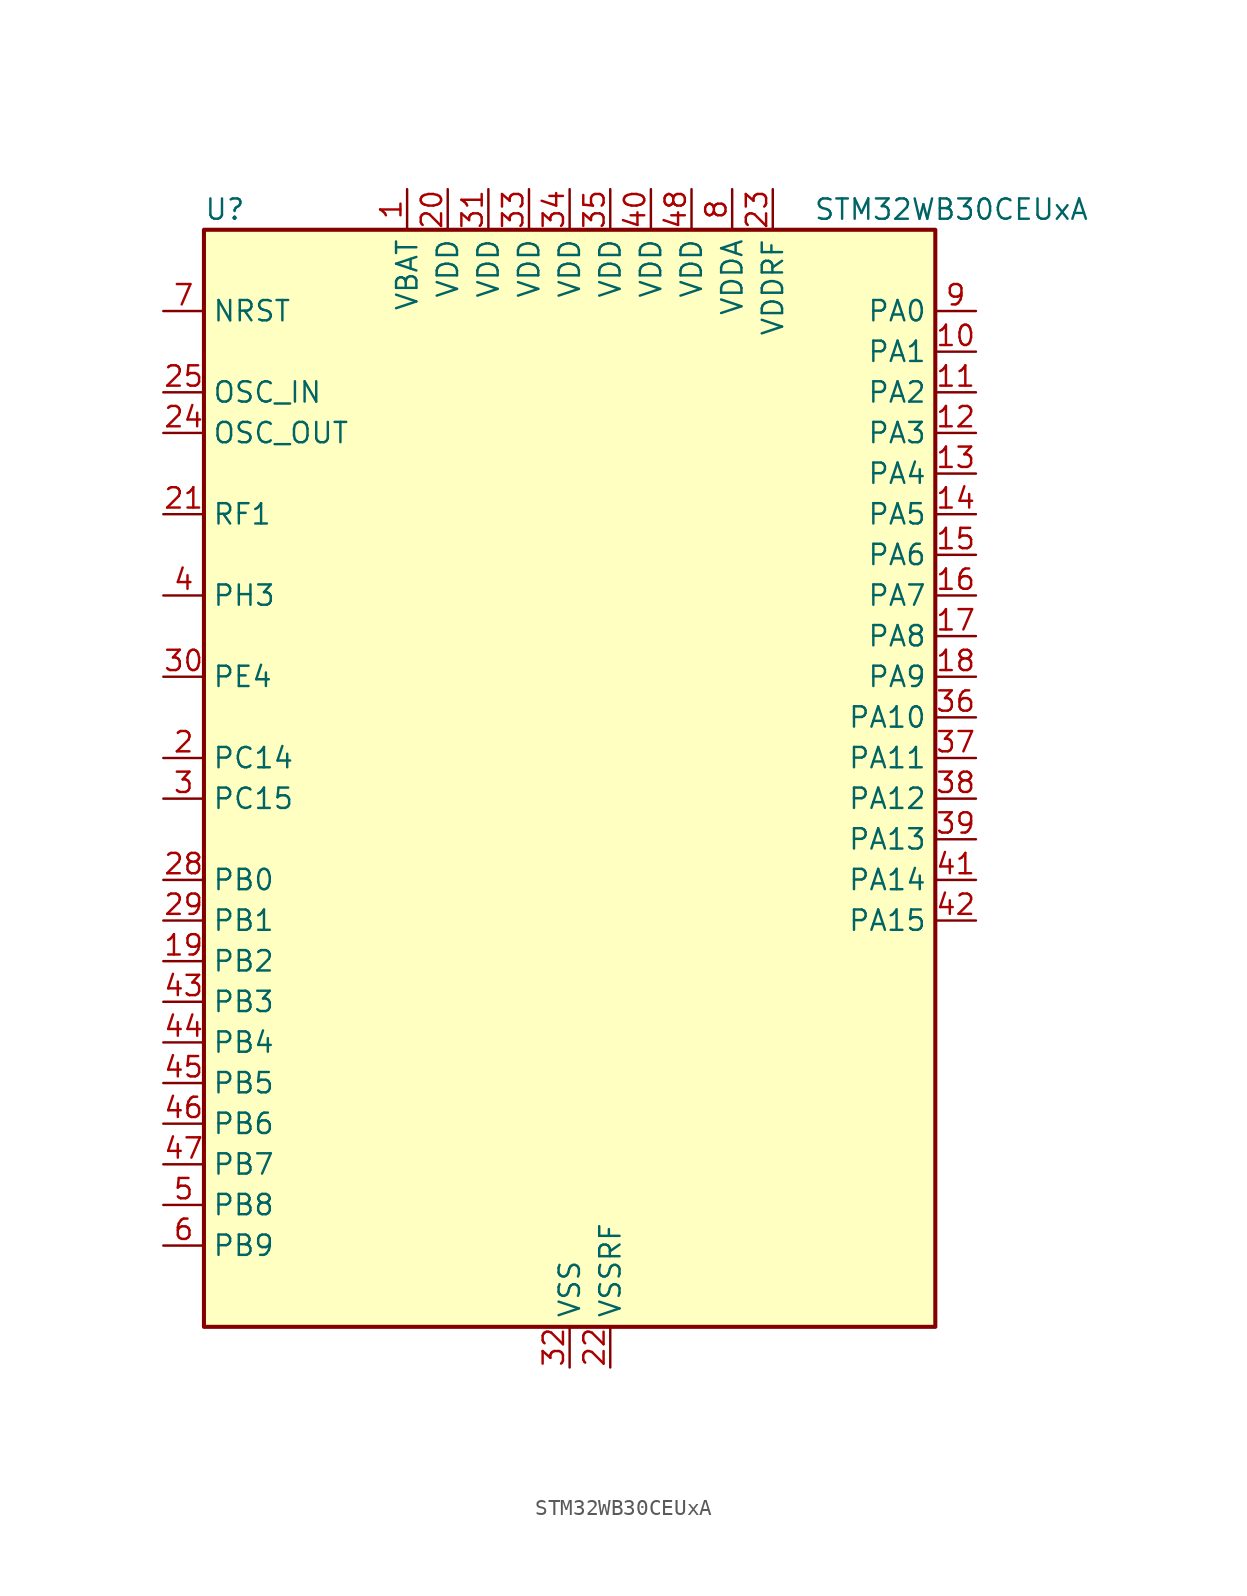
<source format=kicad_sym>
(kicad_symbol_lib
  (version 20241209)
  (generator "kicad_symbol_editor")
  (generator_version "9.0")
  (symbol "STM32WB30CEUxA"
    (property "Reference" "U"
      (at -22.86 36.83 0)
      (effects (font (size 1.27 1.27)) (justify left)))
    (property "Value" "STM32WB30CEUxA"
      (at 15.24 36.83 0)
      (effects (font (size 1.27 1.27)) (justify left)))
    (symbol "STM32WB30CEUxA_0_1"
      (rectangle (start -22.86 -33.02) (end 22.86 35.56) (stroke (width 0.254) (type default)) (fill (type background))))
    (symbol "STM32WB30CEUxA_1_1"
      (pin input line (at -25.4 30.48 0) (length 2.54) (name "NRST" (effects (font (size 1.27 1.27)))) (number "7" (effects (font (size 1.27 1.27)))))
      (pin input line (at -25.4 25.4 0) (length 2.54) (name "OSC_IN" (effects (font (size 1.27 1.27)))) (number "25" (effects (font (size 1.27 1.27)))) (alternate "RCC_OSC_IN" bidirectional line))
      (pin input line (at -25.4 22.86 0) (length 2.54) (name "OSC_OUT" (effects (font (size 1.27 1.27)))) (number "24" (effects (font (size 1.27 1.27)))) (alternate "RCC_OSC_OUT" bidirectional line))
      (pin bidirectional line (at -25.4 17.78 0) (length 2.54) (name "RF1" (effects (font (size 1.27 1.27)))) (number "21" (effects (font (size 1.27 1.27)))) (alternate "RF_RF1" bidirectional line))
      (pin bidirectional line (at -25.4 12.7 0) (length 2.54) (name "PH3" (effects (font (size 1.27 1.27)))) (number "4" (effects (font (size 1.27 1.27)))) (alternate "RCC_LSCO" bidirectional line))
      (pin bidirectional line (at -25.4 7.62 0) (length 2.54) (name "PE4" (effects (font (size 1.27 1.27)))) (number "30" (effects (font (size 1.27 1.27)))))
      (pin bidirectional line (at -25.4 2.54 0) (length 2.54) (name "PC14" (effects (font (size 1.27 1.27)))) (number "2" (effects (font (size 1.27 1.27)))) (alternate "RCC_OSC32_IN" bidirectional line))
      (pin bidirectional line (at -25.4 0 0) (length 2.54) (name "PC15" (effects (font (size 1.27 1.27)))) (number "3" (effects (font (size 1.27 1.27)))) (alternate "ADC1_EXTI15" bidirectional line) (alternate "RCC_OSC32_OUT" bidirectional line))
      (pin bidirectional line (at -25.4 -5.08 0) (length 2.54) (name "PB0" (effects (font (size 1.27 1.27)))) (number "28" (effects (font (size 1.27 1.27)))) (alternate "RF_TX_MOD_EXT_PA" bidirectional line))
      (pin bidirectional line (at -25.4 -7.62 0) (length 2.54) (name "PB1" (effects (font (size 1.27 1.27)))) (number "29" (effects (font (size 1.27 1.27)))) (alternate "LPTIM2_IN1" bidirectional line))
      (pin bidirectional line (at -25.4 -10.16 0) (length 2.54) (name "PB2" (effects (font (size 1.27 1.27)))) (number "19" (effects (font (size 1.27 1.27)))) (alternate "LPTIM1_OUT" bidirectional line) (alternate "RTC_OUT2" bidirectional line) (alternate "SPI1_NSS" bidirectional line))
      (pin bidirectional line (at -25.4 -12.7 0) (length 2.54) (name "PB3" (effects (font (size 1.27 1.27)))) (number "43" (effects (font (size 1.27 1.27)))) (alternate "SPI1_SCK" bidirectional line) (alternate "SYS_JTDO-SWO" bidirectional line) (alternate "TIM2_CH2" bidirectional line) (alternate "USART1_DE" bidirectional line) (alternate "USART1_RTS" bidirectional line))
      (pin bidirectional line (at -25.4 -15.24 0) (length 2.54) (name "PB4" (effects (font (size 1.27 1.27)))) (number "44" (effects (font (size 1.27 1.27)))) (alternate "SPI1_MISO" bidirectional line) (alternate "SYS_JTRST" bidirectional line) (alternate "TIM17_BKIN" bidirectional line) (alternate "USART1_CTS" bidirectional line) (alternate "USART1_NSS" bidirectional line))
      (pin bidirectional line (at -25.4 -17.78 0) (length 2.54) (name "PB5" (effects (font (size 1.27 1.27)))) (number "45" (effects (font (size 1.27 1.27)))) (alternate "I2C1_SMBA" bidirectional line) (alternate "LPTIM1_IN1" bidirectional line) (alternate "SPI1_MOSI" bidirectional line) (alternate "TIM16_BKIN" bidirectional line) (alternate "USART1_CK" bidirectional line))
      (pin bidirectional line (at -25.4 -20.32 0) (length 2.54) (name "PB6" (effects (font (size 1.27 1.27)))) (number "46" (effects (font (size 1.27 1.27)))) (alternate "I2C1_SCL" bidirectional line) (alternate "LPTIM1_ETR" bidirectional line) (alternate "RCC_MCO" bidirectional line) (alternate "TIM16_CH1N" bidirectional line) (alternate "USART1_TX" bidirectional line))
      (pin bidirectional line (at -25.4 -22.86 0) (length 2.54) (name "PB7" (effects (font (size 1.27 1.27)))) (number "47" (effects (font (size 1.27 1.27)))) (alternate "I2C1_SDA" bidirectional line) (alternate "LPTIM1_IN2" bidirectional line) (alternate "SYS_PVD_IN" bidirectional line) (alternate "TIM17_CH1N" bidirectional line) (alternate "TIM1_BKIN" bidirectional line) (alternate "USART1_RX" bidirectional line))
      (pin bidirectional line (at -25.4 -25.4 0) (length 2.54) (name "PB8" (effects (font (size 1.27 1.27)))) (number "5" (effects (font (size 1.27 1.27)))) (alternate "I2C1_SCL" bidirectional line) (alternate "TIM16_CH1" bidirectional line) (alternate "TIM1_CH2N" bidirectional line))
      (pin bidirectional line (at -25.4 -27.94 0) (length 2.54) (name "PB9" (effects (font (size 1.27 1.27)))) (number "6" (effects (font (size 1.27 1.27)))) (alternate "I2C1_SDA" bidirectional line) (alternate "IR_OUT" bidirectional line) (alternate "TIM17_CH1" bidirectional line) (alternate "TIM1_CH3N" bidirectional line))
      (pin no_connect line (at -22.86 -30.48 0) (length 2.54) (hide yes) (name "AT1" (effects (font (size 1.27 1.27)))) (number "27" (effects (font (size 1.27 1.27)))))
      (pin no_connect line (at -22.86 -33.02 0) (length 2.54) (hide yes) (name "AT0" (effects (font (size 1.27 1.27)))) (number "26" (effects (font (size 1.27 1.27)))))
      (pin power_in line (at -10.16 38.1 270) (length 2.54) (name "VBAT" (effects (font (size 1.27 1.27)))) (number "1" (effects (font (size 1.27 1.27)))))
      (pin power_in line (at -7.62 38.1 270) (length 2.54) (name "VDD" (effects (font (size 1.27 1.27)))) (number "20" (effects (font (size 1.27 1.27)))))
      (pin power_in line (at -5.08 38.1 270) (length 2.54) (name "VDD" (effects (font (size 1.27 1.27)))) (number "31" (effects (font (size 1.27 1.27)))))
      (pin power_in line (at -2.54 38.1 270) (length 2.54) (name "VDD" (effects (font (size 1.27 1.27)))) (number "33" (effects (font (size 1.27 1.27)))))
      (pin power_in line (at 0 38.1 270) (length 2.54) (name "VDD" (effects (font (size 1.27 1.27)))) (number "34" (effects (font (size 1.27 1.27)))))
      (pin power_in line (at 0 -35.56 90) (length 2.54) (name "VSS" (effects (font (size 1.27 1.27)))) (number "32" (effects (font (size 1.27 1.27)))))
      (pin passive line (at 0 -35.56 90) (length 2.54) (hide yes) (name "VSS" (effects (font (size 1.27 1.27)))) (number "49" (effects (font (size 1.27 1.27)))))
      (pin power_in line (at 2.54 38.1 270) (length 2.54) (name "VDD" (effects (font (size 1.27 1.27)))) (number "35" (effects (font (size 1.27 1.27)))))
      (pin power_in line (at 2.54 -35.56 90) (length 2.54) (name "VSSRF" (effects (font (size 1.27 1.27)))) (number "22" (effects (font (size 1.27 1.27)))))
      (pin power_in line (at 5.08 38.1 270) (length 2.54) (name "VDD" (effects (font (size 1.27 1.27)))) (number "40" (effects (font (size 1.27 1.27)))))
      (pin power_in line (at 7.62 38.1 270) (length 2.54) (name "VDD" (effects (font (size 1.27 1.27)))) (number "48" (effects (font (size 1.27 1.27)))))
      (pin power_in line (at 10.16 38.1 270) (length 2.54) (name "VDDA" (effects (font (size 1.27 1.27)))) (number "8" (effects (font (size 1.27 1.27)))))
      (pin power_in line (at 12.7 38.1 270) (length 2.54) (name "VDDRF" (effects (font (size 1.27 1.27)))) (number "23" (effects (font (size 1.27 1.27)))))
      (pin bidirectional line (at 25.4 30.48 180) (length 2.54) (name "PA0" (effects (font (size 1.27 1.27)))) (number "9" (effects (font (size 1.27 1.27)))) (alternate "ADC1_IN5" bidirectional line) (alternate "RTC_TAMP2" bidirectional line) (alternate "SYS_WKUP1" bidirectional line) (alternate "TIM2_CH1" bidirectional line) (alternate "TIM2_ETR" bidirectional line))
      (pin bidirectional line (at 25.4 27.94 180) (length 2.54) (name "PA1" (effects (font (size 1.27 1.27)))) (number "10" (effects (font (size 1.27 1.27)))) (alternate "ADC1_IN6" bidirectional line) (alternate "I2C1_SMBA" bidirectional line) (alternate "SPI1_SCK" bidirectional line) (alternate "TIM2_CH2" bidirectional line))
      (pin bidirectional line (at 25.4 25.4 180) (length 2.54) (name "PA2" (effects (font (size 1.27 1.27)))) (number "11" (effects (font (size 1.27 1.27)))) (alternate "ADC1_IN7" bidirectional line) (alternate "RCC_LSCO" bidirectional line) (alternate "SYS_WKUP4" bidirectional line) (alternate "TIM2_CH3" bidirectional line))
      (pin bidirectional line (at 25.4 22.86 180) (length 2.54) (name "PA3" (effects (font (size 1.27 1.27)))) (number "12" (effects (font (size 1.27 1.27)))) (alternate "ADC1_IN8" bidirectional line) (alternate "TIM2_CH4" bidirectional line))
      (pin bidirectional line (at 25.4 20.32 180) (length 2.54) (name "PA4" (effects (font (size 1.27 1.27)))) (number "13" (effects (font (size 1.27 1.27)))) (alternate "ADC1_IN9" bidirectional line) (alternate "LPTIM2_OUT" bidirectional line) (alternate "SPI1_NSS" bidirectional line))
      (pin bidirectional line (at 25.4 17.78 180) (length 2.54) (name "PA5" (effects (font (size 1.27 1.27)))) (number "14" (effects (font (size 1.27 1.27)))) (alternate "ADC1_IN10" bidirectional line) (alternate "LPTIM2_ETR" bidirectional line) (alternate "SPI1_SCK" bidirectional line) (alternate "TIM2_CH1" bidirectional line) (alternate "TIM2_ETR" bidirectional line))
      (pin bidirectional line (at 25.4 15.24 180) (length 2.54) (name "PA6" (effects (font (size 1.27 1.27)))) (number "15" (effects (font (size 1.27 1.27)))) (alternate "ADC1_IN11" bidirectional line) (alternate "SPI1_MISO" bidirectional line) (alternate "TIM16_CH1" bidirectional line) (alternate "TIM1_BKIN" bidirectional line))
      (pin bidirectional line (at 25.4 12.7 180) (length 2.54) (name "PA7" (effects (font (size 1.27 1.27)))) (number "16" (effects (font (size 1.27 1.27)))) (alternate "ADC1_IN12" bidirectional line) (alternate "SPI1_MOSI" bidirectional line) (alternate "TIM17_CH1" bidirectional line) (alternate "TIM1_CH1N" bidirectional line))
      (pin bidirectional line (at 25.4 10.16 180) (length 2.54) (name "PA8" (effects (font (size 1.27 1.27)))) (number "17" (effects (font (size 1.27 1.27)))) (alternate "ADC1_IN15" bidirectional line) (alternate "LPTIM2_OUT" bidirectional line) (alternate "RCC_MCO" bidirectional line) (alternate "TIM1_CH1" bidirectional line) (alternate "USART1_CK" bidirectional line))
      (pin bidirectional line (at 25.4 7.62 180) (length 2.54) (name "PA9" (effects (font (size 1.27 1.27)))) (number "18" (effects (font (size 1.27 1.27)))) (alternate "ADC1_IN16" bidirectional line) (alternate "I2C1_SCL" bidirectional line) (alternate "TIM1_CH2" bidirectional line) (alternate "USART1_TX" bidirectional line))
      (pin bidirectional line (at 25.4 5.08 180) (length 2.54) (name "PA10" (effects (font (size 1.27 1.27)))) (number "36" (effects (font (size 1.27 1.27)))) (alternate "I2C1_SDA" bidirectional line) (alternate "TIM17_BKIN" bidirectional line) (alternate "TIM1_CH3" bidirectional line) (alternate "USART1_RX" bidirectional line))
      (pin bidirectional line (at 25.4 2.54 180) (length 2.54) (name "PA11" (effects (font (size 1.27 1.27)))) (number "37" (effects (font (size 1.27 1.27)))) (alternate "ADC1_EXTI11" bidirectional line) (alternate "SPI1_MISO" bidirectional line) (alternate "TIM1_BKIN2" bidirectional line) (alternate "TIM1_CH4" bidirectional line) (alternate "USART1_CTS" bidirectional line) (alternate "USART1_NSS" bidirectional line))
      (pin bidirectional line (at 25.4 0 180) (length 2.54) (name "PA12" (effects (font (size 1.27 1.27)))) (number "38" (effects (font (size 1.27 1.27)))) (alternate "SPI1_MOSI" bidirectional line) (alternate "TIM1_ETR" bidirectional line) (alternate "USART1_DE" bidirectional line) (alternate "USART1_RTS" bidirectional line))
      (pin bidirectional line (at 25.4 -2.54 180) (length 2.54) (name "PA13" (effects (font (size 1.27 1.27)))) (number "39" (effects (font (size 1.27 1.27)))) (alternate "IR_OUT" bidirectional line) (alternate "SYS_JTMS-SWDIO" bidirectional line))
      (pin bidirectional line (at 25.4 -5.08 180) (length 2.54) (name "PA14" (effects (font (size 1.27 1.27)))) (number "41" (effects (font (size 1.27 1.27)))) (alternate "I2C1_SMBA" bidirectional line) (alternate "LPTIM1_OUT" bidirectional line) (alternate "SYS_JTCK-SWCLK" bidirectional line))
      (pin bidirectional line (at 25.4 -7.62 180) (length 2.54) (name "PA15" (effects (font (size 1.27 1.27)))) (number "42" (effects (font (size 1.27 1.27)))) (alternate "ADC1_EXTI15" bidirectional line) (alternate "RCC_MCO" bidirectional line) (alternate "SPI1_NSS" bidirectional line) (alternate "SYS_JTDI" bidirectional line) (alternate "TIM2_CH1" bidirectional line) (alternate "TIM2_ETR" bidirectional line)))))
</source>
